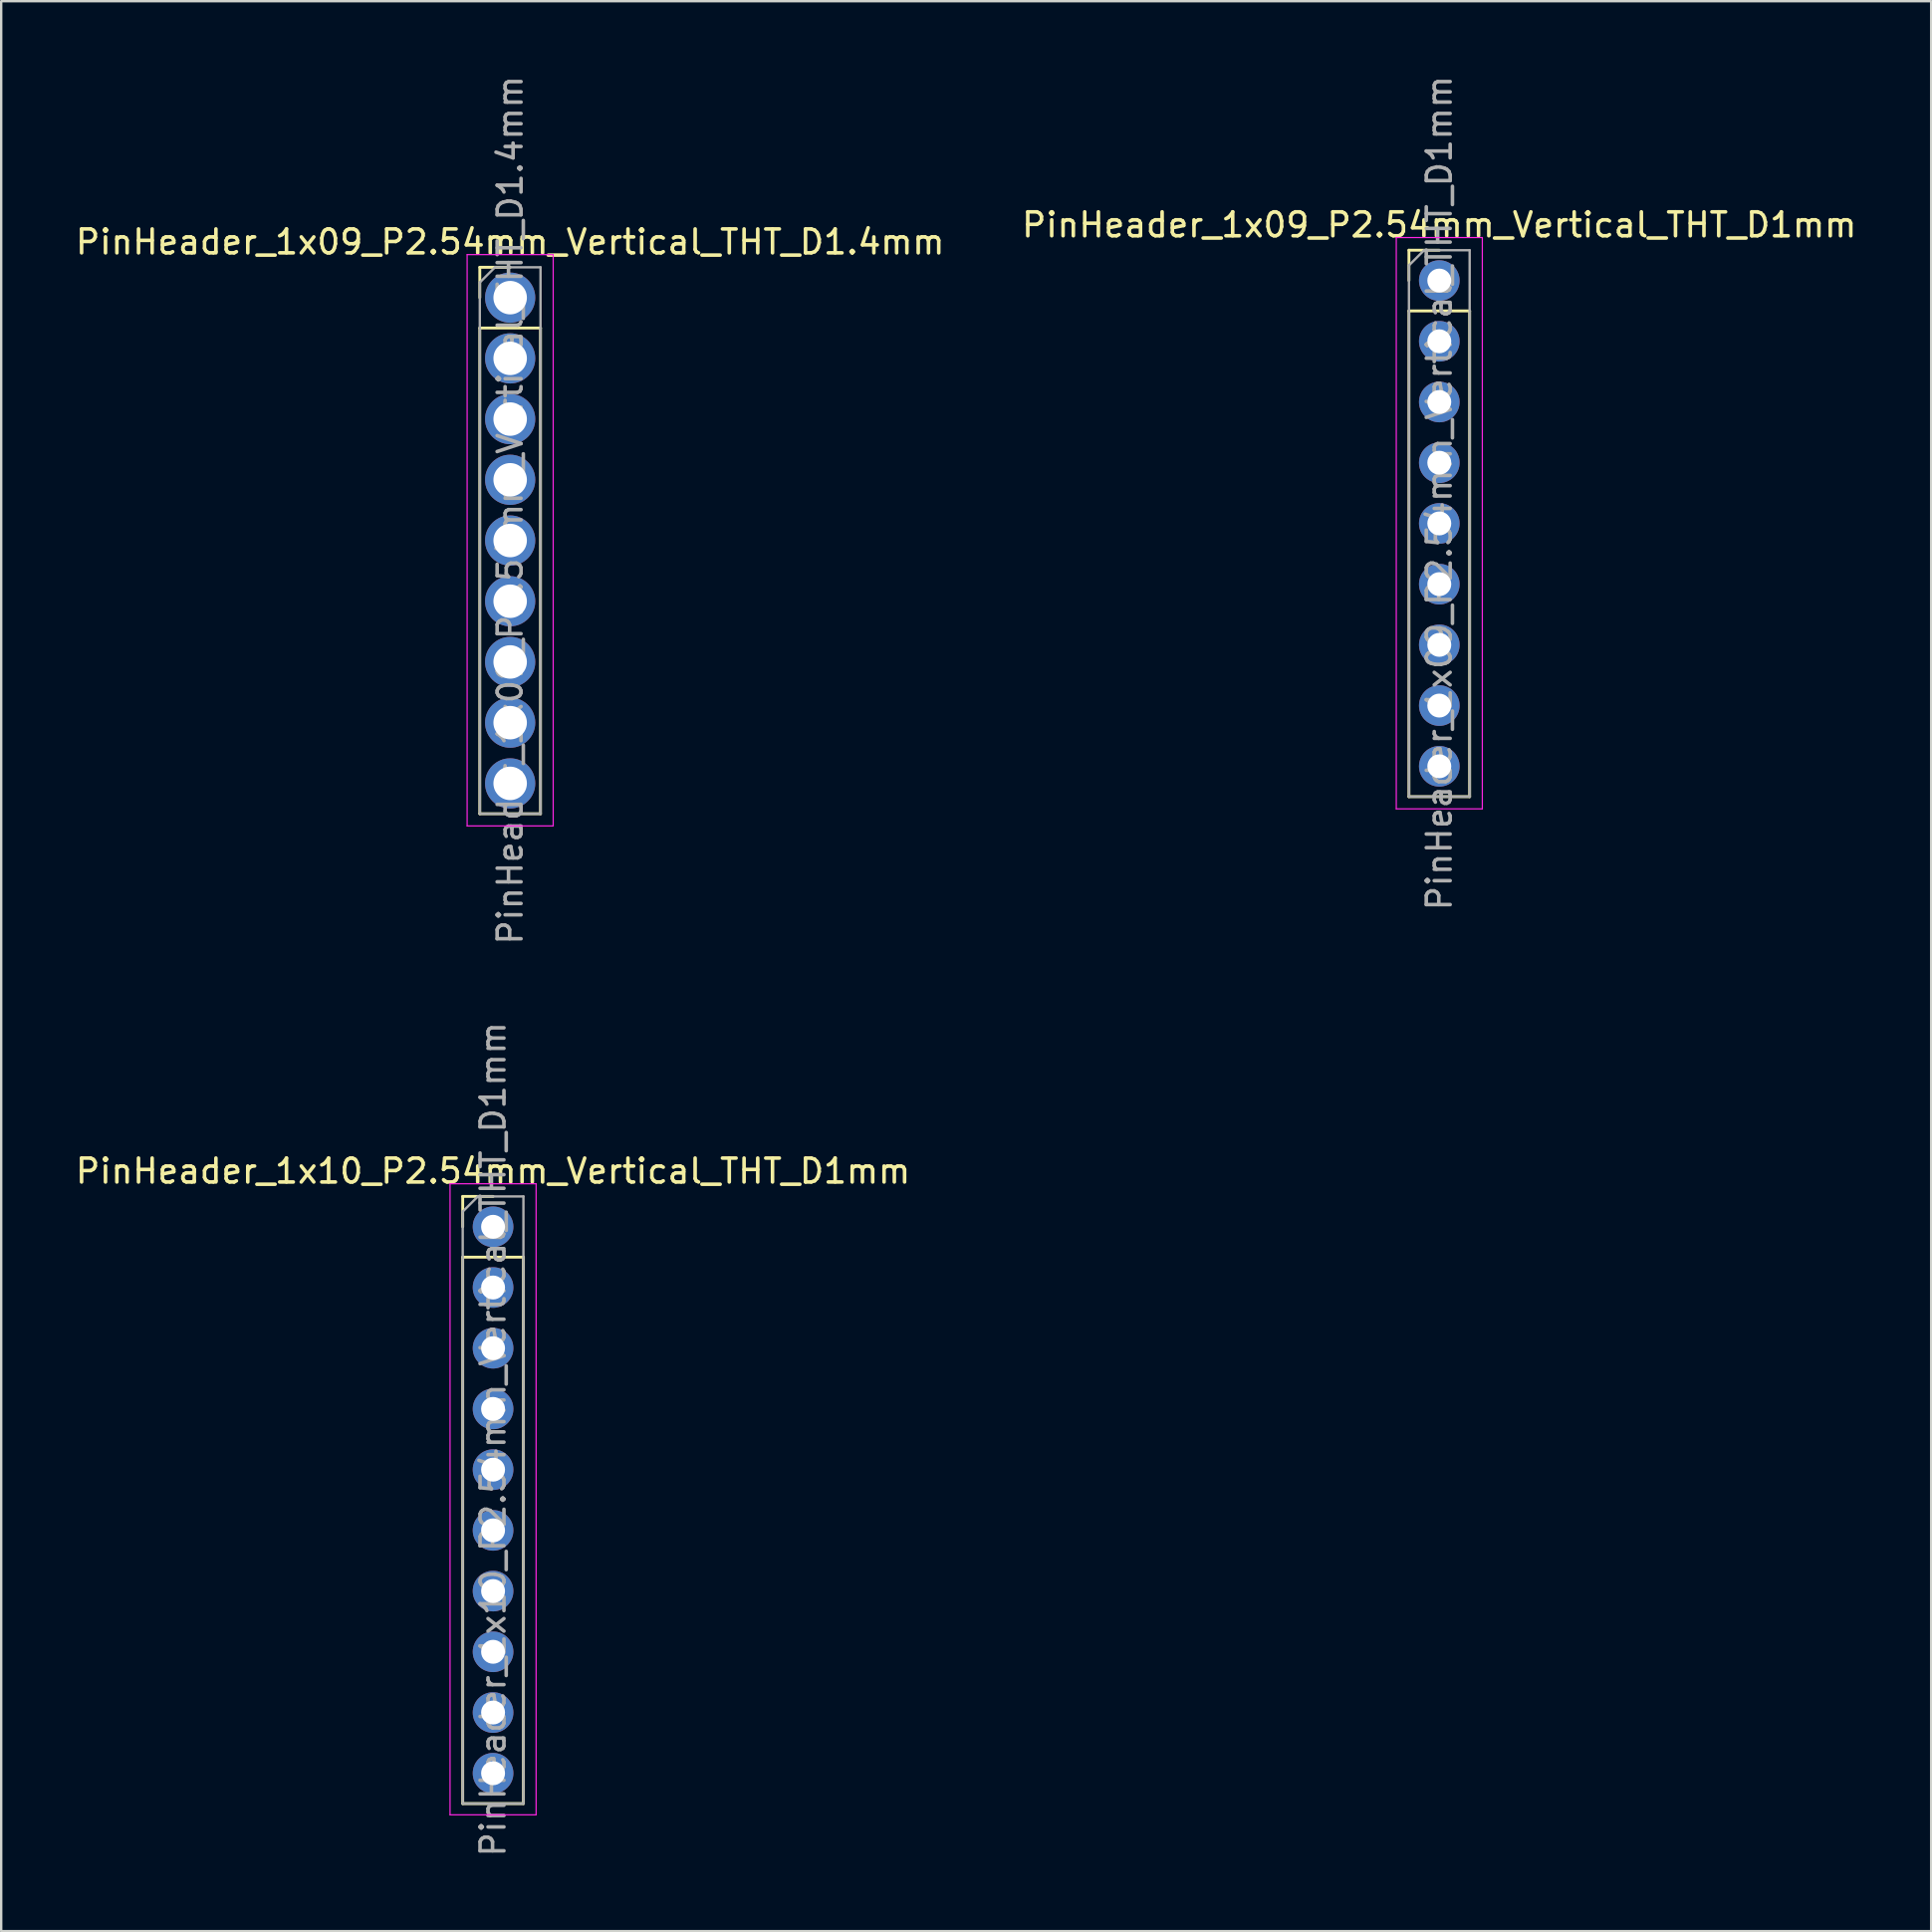
<source format=kicad_pcb>
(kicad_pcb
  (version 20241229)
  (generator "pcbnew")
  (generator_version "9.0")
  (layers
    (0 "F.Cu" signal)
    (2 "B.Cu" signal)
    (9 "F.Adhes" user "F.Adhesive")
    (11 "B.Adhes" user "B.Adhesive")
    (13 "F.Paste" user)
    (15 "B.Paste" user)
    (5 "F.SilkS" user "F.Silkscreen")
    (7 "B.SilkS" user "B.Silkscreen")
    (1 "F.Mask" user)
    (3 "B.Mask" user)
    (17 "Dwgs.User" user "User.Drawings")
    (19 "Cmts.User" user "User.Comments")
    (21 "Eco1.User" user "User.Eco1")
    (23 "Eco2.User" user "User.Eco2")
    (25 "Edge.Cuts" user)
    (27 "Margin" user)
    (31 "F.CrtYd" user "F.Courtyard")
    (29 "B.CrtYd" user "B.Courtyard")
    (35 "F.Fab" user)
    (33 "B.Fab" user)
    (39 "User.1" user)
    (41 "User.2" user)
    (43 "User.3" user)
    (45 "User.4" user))
  (footprint "PinHeader_1x09_P2.54mm_Vertical_THT_D1.4mm"
    (layer "F.Cu")
    (at 18.292 9.402)
    (property "Reference" "PinHeader_1x09_P2.54mm_Vertical_THT_D1.4mm" (at 0 -2.33 0) (layer "F.SilkS") (effects (font (size 1 1) (thickness 0.15))))
    (attr through_hole)
    (fp_line (start -1.27 -1.27) (end 0 -1.27) (stroke (width 0.12) (type solid)) (layer "F.SilkS"))
    (fp_line (start -1.27 0) (end -1.27 -1.27) (stroke (width 0.12) (type solid)) (layer "F.SilkS"))
    (fp_line (start -1.27 1.27) (end -1.27 21.59) (stroke (width 0.12) (type solid)) (layer "F.SilkS"))
    (fp_line (start -1.27 1.27) (end 1.27 1.27) (stroke (width 0.12) (type solid)) (layer "F.SilkS"))
    (fp_line (start -1.27 21.59) (end 1.27 21.59) (stroke (width 0.12) (type solid)) (layer "F.SilkS"))
    (fp_line (start 1.27 1.27) (end 1.27 21.59) (stroke (width 0.12) (type solid)) (layer "F.SilkS"))
    (fp_line (start -1.8 -1.8) (end -1.8 22.1) (stroke (width 0.05) (type solid)) (layer "F.CrtYd"))
    (fp_line (start -1.8 22.1) (end 1.8 22.1) (stroke (width 0.05) (type solid)) (layer "F.CrtYd"))
    (fp_line (start 1.8 -1.8) (end -1.8 -1.8) (stroke (width 0.05) (type solid)) (layer "F.CrtYd"))
    (fp_line (start 1.8 22.1) (end 1.8 -1.8) (stroke (width 0.05) (type solid)) (layer "F.CrtYd"))
    (fp_line (start -1.27 -0.635) (end -0.635 -1.27) (stroke (width 0.1) (type solid)) (layer "F.Fab"))
    (fp_line (start -1.27 21.59) (end -1.27 -0.635) (stroke (width 0.1) (type solid)) (layer "F.Fab"))
    (fp_line (start -0.635 -1.27) (end 1.27 -1.27) (stroke (width 0.1) (type solid)) (layer "F.Fab"))
    (fp_line (start 1.27 -1.27) (end 1.27 21.59) (stroke (width 0.1) (type solid)) (layer "F.Fab"))
    (fp_line (start 1.27 21.59) (end -1.27 21.59) (stroke (width 0.1) (type solid)) (layer "F.Fab"))
    (fp_text user "${REFERENCE}" (at 0 8.89 90) (layer "F.Fab") (effects (font (size 1 1) (thickness 0.15))))
    (pad "1" thru_hole circle (at 0 0) (size 2.1 2.1) (drill 1.4) (layers "*.Cu" "*.Mask"))
    (pad "2" thru_hole circle (at 0 2.54) (size 2.1 2.1) (drill 1.4) (layers "*.Cu" "*.Mask"))
    (pad "3" thru_hole circle (at 0 5.08) (size 2.1 2.1) (drill 1.4) (layers "*.Cu" "*.Mask"))
    (pad "4" thru_hole circle (at 0 7.62) (size 2.1 2.1) (drill 1.4) (layers "*.Cu" "*.Mask"))
    (pad "5" thru_hole circle (at 0 10.16) (size 2.1 2.1) (drill 1.4) (layers "*.Cu" "*.Mask"))
    (pad "6" thru_hole circle (at 0 12.7) (size 2.1 2.1) (drill 1.4) (layers "*.Cu" "*.Mask"))
    (pad "7" thru_hole circle (at 0 15.24) (size 2.1 2.1) (drill 1.4) (layers "*.Cu" "*.Mask"))
    (pad "8" thru_hole circle (at 0 17.78) (size 2.1 2.1) (drill 1.4) (layers "*.Cu" "*.Mask"))
    (pad "9" thru_hole circle (at 0 20.32) (size 2.1 2.1) (drill 1.4) (layers "*.Cu" "*.Mask")))
  (footprint "PinHeader_1x09_P2.54mm_Vertical_THT_D1mm"
    (layer "F.Cu")
    (at 57.161 8.687)
    (property "Reference" "PinHeader_1x09_P2.54mm_Vertical_THT_D1mm" (at 0 -2.33 0) (layer "F.SilkS") (effects (font (size 1 1) (thickness 0.15))))
    (attr through_hole)
    (fp_line (start -1.27 -1.27) (end 0 -1.27) (stroke (width 0.12) (type solid)) (layer "F.SilkS"))
    (fp_line (start -1.27 0) (end -1.27 -1.27) (stroke (width 0.12) (type solid)) (layer "F.SilkS"))
    (fp_line (start -1.27 1.27) (end -1.27 21.59) (stroke (width 0.12) (type solid)) (layer "F.SilkS"))
    (fp_line (start -1.27 1.27) (end 1.27 1.27) (stroke (width 0.12) (type solid)) (layer "F.SilkS"))
    (fp_line (start -1.27 21.59) (end 1.27 21.59) (stroke (width 0.12) (type solid)) (layer "F.SilkS"))
    (fp_line (start 1.27 1.27) (end 1.27 21.59) (stroke (width 0.12) (type solid)) (layer "F.SilkS"))
    (fp_line (start -1.8 -1.8) (end -1.8 22.1) (stroke (width 0.05) (type solid)) (layer "F.CrtYd"))
    (fp_line (start -1.8 22.1) (end 1.8 22.1) (stroke (width 0.05) (type solid)) (layer "F.CrtYd"))
    (fp_line (start 1.8 -1.8) (end -1.8 -1.8) (stroke (width 0.05) (type solid)) (layer "F.CrtYd"))
    (fp_line (start 1.8 22.1) (end 1.8 -1.8) (stroke (width 0.05) (type solid)) (layer "F.CrtYd"))
    (fp_line (start -1.27 -0.635) (end -0.635 -1.27) (stroke (width 0.1) (type solid)) (layer "F.Fab"))
    (fp_line (start -1.27 21.59) (end -1.27 -0.635) (stroke (width 0.1) (type solid)) (layer "F.Fab"))
    (fp_line (start -0.635 -1.27) (end 1.27 -1.27) (stroke (width 0.1) (type solid)) (layer "F.Fab"))
    (fp_line (start 1.27 -1.27) (end 1.27 21.59) (stroke (width 0.1) (type solid)) (layer "F.Fab"))
    (fp_line (start 1.27 21.59) (end -1.27 21.59) (stroke (width 0.1) (type solid)) (layer "F.Fab"))
    (fp_text user "${REFERENCE}" (at 0 8.89 90) (layer "F.Fab") (effects (font (size 1 1) (thickness 0.15))))
    (pad "1" thru_hole circle (at 0 0) (size 1.7 1.7) (drill 1) (layers "*.Cu" "*.Mask"))
    (pad "2" thru_hole oval (at 0 2.54) (size 1.7 1.7) (drill 1) (layers "*.Cu" "*.Mask"))
    (pad "3" thru_hole oval (at 0 5.08) (size 1.7 1.7) (drill 1) (layers "*.Cu" "*.Mask"))
    (pad "4" thru_hole oval (at 0 7.62) (size 1.7 1.7) (drill 1) (layers "*.Cu" "*.Mask"))
    (pad "5" thru_hole oval (at 0 10.16) (size 1.7 1.7) (drill 1) (layers "*.Cu" "*.Mask"))
    (pad "6" thru_hole oval (at 0 12.7) (size 1.7 1.7) (drill 1) (layers "*.Cu" "*.Mask"))
    (pad "7" thru_hole oval (at 0 15.24) (size 1.7 1.7) (drill 1) (layers "*.Cu" "*.Mask"))
    (pad "8" thru_hole oval (at 0 17.78) (size 1.7 1.7) (drill 1) (layers "*.Cu" "*.Mask"))
    (pad "9" thru_hole oval (at 0 20.32) (size 1.7 1.7) (drill 1) (layers "*.Cu" "*.Mask")))
  (footprint "PinHeader_1x10_P2.54mm_Vertical_THT_D1mm"
    (layer "F.Cu")
    (at 17.577 48.271)
    (property "Reference" "PinHeader_1x10_P2.54mm_Vertical_THT_D1mm" (at 0 -2.33 0) (layer "F.SilkS") (effects (font (size 1 1) (thickness 0.15))))
    (attr through_hole)
    (fp_line (start -1.27 -1.27) (end 0 -1.27) (stroke (width 0.12) (type solid)) (layer "F.SilkS"))
    (fp_line (start -1.27 0) (end -1.27 -1.27) (stroke (width 0.12) (type solid)) (layer "F.SilkS"))
    (fp_line (start -1.27 1.27) (end -1.27 24.13) (stroke (width 0.12) (type solid)) (layer "F.SilkS"))
    (fp_line (start -1.27 1.27) (end 1.27 1.27) (stroke (width 0.12) (type solid)) (layer "F.SilkS"))
    (fp_line (start -1.27 24.13) (end 1.27 24.13) (stroke (width 0.12) (type solid)) (layer "F.SilkS"))
    (fp_line (start 1.27 1.27) (end 1.27 24.13) (stroke (width 0.12) (type solid)) (layer "F.SilkS"))
    (fp_line (start -1.8 -1.8) (end -1.8 24.6) (stroke (width 0.05) (type solid)) (layer "F.CrtYd"))
    (fp_line (start -1.8 24.6) (end 1.8 24.6) (stroke (width 0.05) (type solid)) (layer "F.CrtYd"))
    (fp_line (start 1.8 -1.8) (end -1.8 -1.8) (stroke (width 0.05) (type solid)) (layer "F.CrtYd"))
    (fp_line (start 1.8 24.6) (end 1.8 -1.8) (stroke (width 0.05) (type solid)) (layer "F.CrtYd"))
    (fp_line (start -1.27 -0.635) (end -0.635 -1.27) (stroke (width 0.1) (type solid)) (layer "F.Fab"))
    (fp_line (start -1.27 24.13) (end -1.27 -0.635) (stroke (width 0.1) (type solid)) (layer "F.Fab"))
    (fp_line (start -0.635 -1.27) (end 1.27 -1.27) (stroke (width 0.1) (type solid)) (layer "F.Fab"))
    (fp_line (start 1.27 -1.27) (end 1.27 24.13) (stroke (width 0.1) (type solid)) (layer "F.Fab"))
    (fp_line (start 1.27 24.13) (end -1.27 24.13) (stroke (width 0.1) (type solid)) (layer "F.Fab"))
    (fp_text user "${REFERENCE}" (at 0 8.89 90) (layer "F.Fab") (effects (font (size 1 1) (thickness 0.15))))
    (pad "1" thru_hole circle (at 0 0) (size 1.7 1.7) (drill 1) (layers "*.Cu" "*.Mask"))
    (pad "2" thru_hole oval (at 0 2.54) (size 1.7 1.7) (drill 1) (layers "*.Cu" "*.Mask"))
    (pad "3" thru_hole oval (at 0 5.08) (size 1.7 1.7) (drill 1) (layers "*.Cu" "*.Mask"))
    (pad "4" thru_hole oval (at 0 7.62) (size 1.7 1.7) (drill 1) (layers "*.Cu" "*.Mask"))
    (pad "5" thru_hole oval (at 0 10.16) (size 1.7 1.7) (drill 1) (layers "*.Cu" "*.Mask"))
    (pad "6" thru_hole oval (at 0 12.7) (size 1.7 1.7) (drill 1) (layers "*.Cu" "*.Mask"))
    (pad "7" thru_hole oval (at 0 15.24) (size 1.7 1.7) (drill 1) (layers "*.Cu" "*.Mask"))
    (pad "8" thru_hole oval (at 0 17.78) (size 1.7 1.7) (drill 1) (layers "*.Cu" "*.Mask"))
    (pad "9" thru_hole oval (at 0 20.32) (size 1.7 1.7) (drill 1) (layers "*.Cu" "*.Mask"))
    (pad "10" thru_hole oval (at 0 22.86) (size 1.7 1.7) (drill 1) (layers "*.Cu" "*.Mask")))
  (gr_rect
    (start -3 -3)
    (end 77.738 77.738)
    (stroke (width 0.1) (type default))
    (fill no)
    (layer "Edge.Cuts")))
</source>
